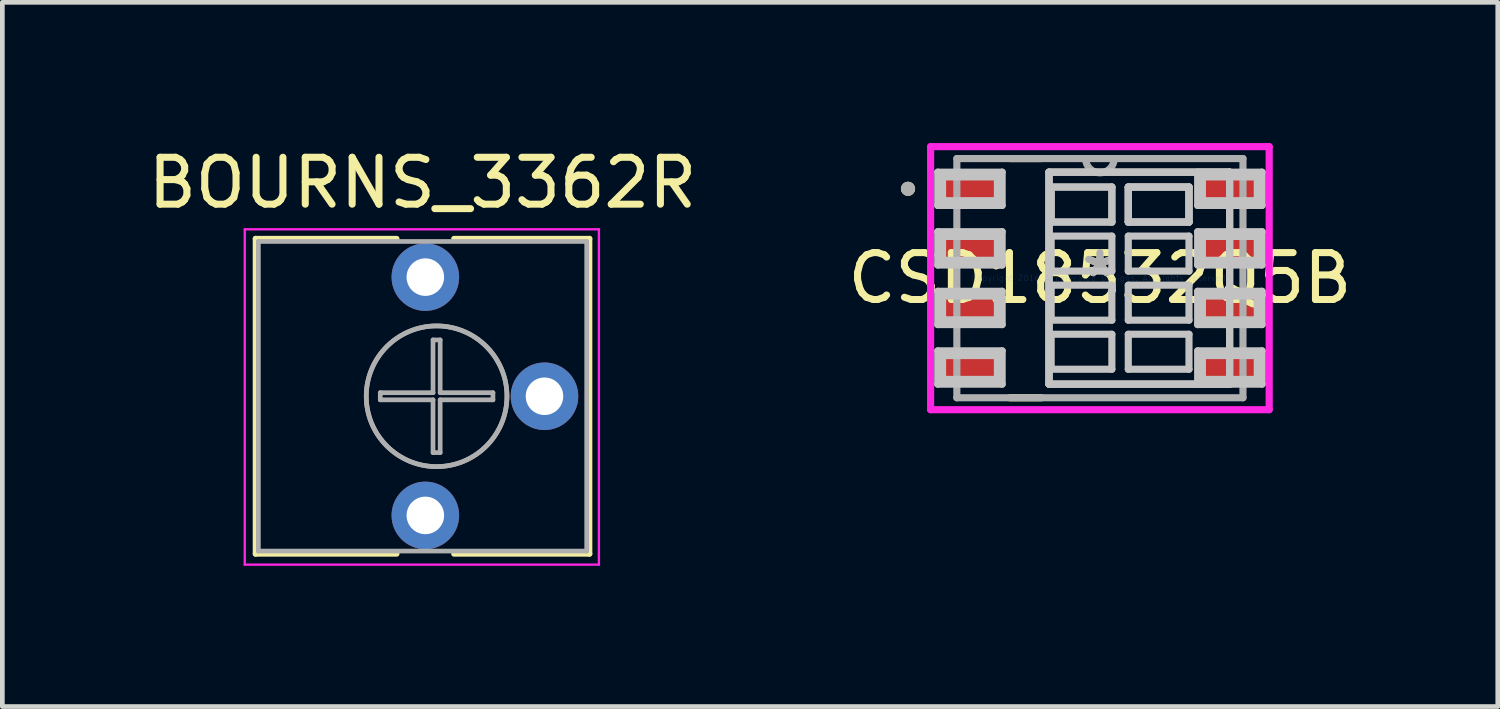
<source format=kicad_pcb>
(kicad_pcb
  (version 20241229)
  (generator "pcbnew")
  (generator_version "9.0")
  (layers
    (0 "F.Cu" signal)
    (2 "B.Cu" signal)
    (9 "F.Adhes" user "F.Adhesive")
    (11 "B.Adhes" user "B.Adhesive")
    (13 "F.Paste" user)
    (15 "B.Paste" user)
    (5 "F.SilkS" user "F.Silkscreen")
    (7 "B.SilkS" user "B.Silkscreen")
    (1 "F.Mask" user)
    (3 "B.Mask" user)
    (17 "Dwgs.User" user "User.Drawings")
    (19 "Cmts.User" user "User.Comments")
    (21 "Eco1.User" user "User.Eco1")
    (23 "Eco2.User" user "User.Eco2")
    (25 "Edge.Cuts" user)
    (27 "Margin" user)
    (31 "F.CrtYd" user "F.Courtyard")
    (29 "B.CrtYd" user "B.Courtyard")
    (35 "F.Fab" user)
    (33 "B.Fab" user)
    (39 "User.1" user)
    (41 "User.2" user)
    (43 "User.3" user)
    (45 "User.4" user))
  (footprint "CSD18532Q5B"
    (layer "F.Cu")
    (at 20.399 2.88)
    (property "Reference" "CSD18532Q5B" (at 0 0 0) (layer "F.SilkS") (effects (font (size 1 1) (thickness 0.15))))
    (attr through_hole)
    (fp_line (start -1.921 2.55) (end -1.248 2.55) (stroke (width 0.152) (type solid)) (layer "F.SilkS"))
    (fp_line (start -1.248 -2.55) (end -1.921 -2.55) (stroke (width 0.152) (type solid)) (layer "F.SilkS"))
    (fp_circle (center -4.091 -1.905) (end -4.015 -1.905) (stroke (width 0.152) (type solid)) (fill no) (layer "F.SilkS"))
    (fp_line (start -3.456 -2.26) (end -3.456 -1.55) (stroke (width 0.152) (type solid)) (layer "Dwgs.User"))
    (fp_line (start -3.456 -1.55) (end -2.084 -1.55) (stroke (width 0.152) (type solid)) (layer "Dwgs.User"))
    (fp_line (start -3.456 -0.99) (end -3.456 -0.28) (stroke (width 0.152) (type solid)) (layer "Dwgs.User"))
    (fp_line (start -3.456 -0.28) (end -2.084 -0.28) (stroke (width 0.152) (type solid)) (layer "Dwgs.User"))
    (fp_line (start -3.456 0.28) (end -3.456 0.99) (stroke (width 0.152) (type solid)) (layer "Dwgs.User"))
    (fp_line (start -3.456 0.99) (end -2.084 0.99) (stroke (width 0.152) (type solid)) (layer "Dwgs.User"))
    (fp_line (start -3.456 1.55) (end -3.456 2.26) (stroke (width 0.152) (type solid)) (layer "Dwgs.User"))
    (fp_line (start -3.456 2.26) (end -2.084 2.26) (stroke (width 0.152) (type solid)) (layer "Dwgs.User"))
    (fp_line (start -3.355 -2.159) (end -3.355 -1.651) (stroke (width 0.152) (type solid)) (layer "Dwgs.User"))
    (fp_line (start -3.355 -1.651) (end -2.185 -1.651) (stroke (width 0.152) (type solid)) (layer "Dwgs.User"))
    (fp_line (start -3.355 -0.889) (end -3.355 -0.381) (stroke (width 0.152) (type solid)) (layer "Dwgs.User"))
    (fp_line (start -3.355 -0.381) (end -2.185 -0.381) (stroke (width 0.152) (type solid)) (layer "Dwgs.User"))
    (fp_line (start -3.355 0.381) (end -3.355 0.889) (stroke (width 0.152) (type solid)) (layer "Dwgs.User"))
    (fp_line (start -3.355 0.889) (end -2.185 0.889) (stroke (width 0.152) (type solid)) (layer "Dwgs.User"))
    (fp_line (start -3.355 1.651) (end -3.355 2.159) (stroke (width 0.152) (type solid)) (layer "Dwgs.User"))
    (fp_line (start -3.355 2.159) (end -2.185 2.159) (stroke (width 0.152) (type solid)) (layer "Dwgs.User"))
    (fp_line (start -2.185 -2.159) (end -3.355 -2.159) (stroke (width 0.152) (type solid)) (layer "Dwgs.User"))
    (fp_line (start -2.185 -1.651) (end -2.185 -2.159) (stroke (width 0.152) (type solid)) (layer "Dwgs.User"))
    (fp_line (start -2.185 -0.889) (end -3.355 -0.889) (stroke (width 0.152) (type solid)) (layer "Dwgs.User"))
    (fp_line (start -2.185 -0.381) (end -2.185 -0.889) (stroke (width 0.152) (type solid)) (layer "Dwgs.User"))
    (fp_line (start -2.185 0.381) (end -3.355 0.381) (stroke (width 0.152) (type solid)) (layer "Dwgs.User"))
    (fp_line (start -2.185 0.889) (end -2.185 0.381) (stroke (width 0.152) (type solid)) (layer "Dwgs.User"))
    (fp_line (start -2.185 1.651) (end -3.355 1.651) (stroke (width 0.152) (type solid)) (layer "Dwgs.User"))
    (fp_line (start -2.185 2.159) (end -2.185 1.651) (stroke (width 0.152) (type solid)) (layer "Dwgs.User"))
    (fp_line (start -2.084 -2.26) (end -3.456 -2.26) (stroke (width 0.152) (type solid)) (layer "Dwgs.User"))
    (fp_line (start -2.084 -1.55) (end -2.084 -2.26) (stroke (width 0.152) (type solid)) (layer "Dwgs.User"))
    (fp_line (start -2.084 -0.99) (end -3.456 -0.99) (stroke (width 0.152) (type solid)) (layer "Dwgs.User"))
    (fp_line (start -2.084 -0.28) (end -2.084 -0.99) (stroke (width 0.152) (type solid)) (layer "Dwgs.User"))
    (fp_line (start -2.084 0.28) (end -3.456 0.28) (stroke (width 0.152) (type solid)) (layer "Dwgs.User"))
    (fp_line (start -2.084 0.99) (end -2.084 0.28) (stroke (width 0.152) (type solid)) (layer "Dwgs.User"))
    (fp_line (start -2.084 1.55) (end -3.456 1.55) (stroke (width 0.152) (type solid)) (layer "Dwgs.User"))
    (fp_line (start -2.084 2.26) (end -2.084 1.55) (stroke (width 0.152) (type solid)) (layer "Dwgs.User"))
    (fp_line (start -1.085 -2.26) (end -1.085 2.26) (stroke (width 0.152) (type solid)) (layer "Dwgs.User"))
    (fp_line (start -1.085 -2.26) (end -1.085 2.26) (stroke (width 0.152) (type solid)) (layer "Dwgs.User"))
    (fp_line (start -1.085 -2.26) (end -1.085 2.26) (stroke (width 0.152) (type solid)) (layer "Dwgs.User"))
    (fp_line (start -1.085 2.26) (end 2.765 2.26) (stroke (width 0.152) (type solid)) (layer "Dwgs.User"))
    (fp_line (start -1.085 2.26) (end 2.765 2.26) (stroke (width 0.152) (type solid)) (layer "Dwgs.User"))
    (fp_line (start -1.085 2.26) (end 2.765 2.26) (stroke (width 0.152) (type solid)) (layer "Dwgs.User"))
    (fp_line (start -1.039 -1.942) (end 0.255 -1.942) (stroke (width 0.152) (type solid)) (layer "Dwgs.User"))
    (fp_line (start -1.039 -1.942) (end 0.255 -1.942) (stroke (width 0.152) (type solid)) (layer "Dwgs.User"))
    (fp_line (start -1.039 1.942) (end 0.255 1.942) (stroke (width 0.152) (type solid)) (layer "Dwgs.User"))
    (fp_line (start -1.039 -1.196) (end -1.039 -1.942) (stroke (width 0.152) (type solid)) (layer "Dwgs.User"))
    (fp_line (start -1.039 -1.196) (end -1.039 -1.942) (stroke (width 0.152) (type solid)) (layer "Dwgs.User"))
    (fp_line (start -1.039 -0.896) (end 0.255 -0.896) (stroke (width 0.152) (type solid)) (layer "Dwgs.User"))
    (fp_line (start -1.039 -0.15) (end -1.039 -0.896) (stroke (width 0.152) (type solid)) (layer "Dwgs.User"))
    (fp_line (start -1.039 0.15) (end -1.039 0.896) (stroke (width 0.152) (type solid)) (layer "Dwgs.User"))
    (fp_line (start -1.039 0.896) (end 0.255 0.896) (stroke (width 0.152) (type solid)) (layer "Dwgs.User"))
    (fp_line (start -1.039 1.196) (end -1.039 1.942) (stroke (width 0.152) (type solid)) (layer "Dwgs.User"))
    (fp_line (start 0.255 -1.942) (end 0.255 -1.196) (stroke (width 0.152) (type solid)) (layer "Dwgs.User"))
    (fp_line (start 0.255 -1.942) (end 0.255 -1.196) (stroke (width 0.152) (type solid)) (layer "Dwgs.User"))
    (fp_line (start 0.255 -1.196) (end -1.039 -1.196) (stroke (width 0.152) (type solid)) (layer "Dwgs.User"))
    (fp_line (start 0.255 -1.196) (end -1.039 -1.196) (stroke (width 0.152) (type solid)) (layer "Dwgs.User"))
    (fp_line (start 0.255 -0.896) (end 0.255 -0.15) (stroke (width 0.152) (type solid)) (layer "Dwgs.User"))
    (fp_line (start 0.255 -0.15) (end -1.039 -0.15) (stroke (width 0.152) (type solid)) (layer "Dwgs.User"))
    (fp_line (start 0.255 0.15) (end -1.039 0.15) (stroke (width 0.152) (type solid)) (layer "Dwgs.User"))
    (fp_line (start 0.255 0.896) (end 0.255 0.15) (stroke (width 0.152) (type solid)) (layer "Dwgs.User"))
    (fp_line (start 0.255 1.196) (end -1.039 1.196) (stroke (width 0.152) (type solid)) (layer "Dwgs.User"))
    (fp_line (start 0.255 1.942) (end 0.255 1.196) (stroke (width 0.152) (type solid)) (layer "Dwgs.User"))
    (fp_line (start 0.605 -1.942) (end 1.899 -1.942) (stroke (width 0.152) (type solid)) (layer "Dwgs.User"))
    (fp_line (start 0.605 -1.942) (end 1.899 -1.942) (stroke (width 0.152) (type solid)) (layer "Dwgs.User"))
    (fp_line (start 0.605 -1.942) (end 1.899 -1.942) (stroke (width 0.152) (type solid)) (layer "Dwgs.User"))
    (fp_line (start 0.605 -1.196) (end 0.605 -1.942) (stroke (width 0.152) (type solid)) (layer "Dwgs.User"))
    (fp_line (start 0.605 -1.196) (end 0.605 -1.942) (stroke (width 0.152) (type solid)) (layer "Dwgs.User"))
    (fp_line (start 0.605 -1.196) (end 0.605 -1.942) (stroke (width 0.152) (type solid)) (layer "Dwgs.User"))
    (fp_line (start 0.605 -0.896) (end 1.899 -0.896) (stroke (width 0.152) (type solid)) (layer "Dwgs.User"))
    (fp_line (start 0.605 -0.15) (end 0.605 -0.896) (stroke (width 0.152) (type solid)) (layer "Dwgs.User"))
    (fp_line (start 0.605 0.15) (end 0.605 0.896) (stroke (width 0.152) (type solid)) (layer "Dwgs.User"))
    (fp_line (start 0.605 0.896) (end 1.899 0.896) (stroke (width 0.152) (type solid)) (layer "Dwgs.User"))
    (fp_line (start 0.605 1.196) (end 0.605 1.942) (stroke (width 0.152) (type solid)) (layer "Dwgs.User"))
    (fp_line (start 0.605 1.942) (end 1.899 1.942) (stroke (width 0.152) (type solid)) (layer "Dwgs.User"))
    (fp_line (start 1.899 -1.942) (end 1.899 -1.196) (stroke (width 0.152) (type solid)) (layer "Dwgs.User"))
    (fp_line (start 1.899 -1.942) (end 1.899 -1.196) (stroke (width 0.152) (type solid)) (layer "Dwgs.User"))
    (fp_line (start 1.899 -1.942) (end 1.899 -1.196) (stroke (width 0.152) (type solid)) (layer "Dwgs.User"))
    (fp_line (start 1.899 -1.196) (end 0.605 -1.196) (stroke (width 0.152) (type solid)) (layer "Dwgs.User"))
    (fp_line (start 1.899 -1.196) (end 0.605 -1.196) (stroke (width 0.152) (type solid)) (layer "Dwgs.User"))
    (fp_line (start 1.899 -1.196) (end 0.605 -1.196) (stroke (width 0.152) (type solid)) (layer "Dwgs.User"))
    (fp_line (start 1.899 -0.896) (end 1.899 -0.15) (stroke (width 0.152) (type solid)) (layer "Dwgs.User"))
    (fp_line (start 1.899 -0.15) (end 0.605 -0.15) (stroke (width 0.152) (type solid)) (layer "Dwgs.User"))
    (fp_line (start 1.899 0.15) (end 0.605 0.15) (stroke (width 0.152) (type solid)) (layer "Dwgs.User"))
    (fp_line (start 1.899 0.896) (end 1.899 0.15) (stroke (width 0.152) (type solid)) (layer "Dwgs.User"))
    (fp_line (start 1.899 1.196) (end 0.605 1.196) (stroke (width 0.152) (type solid)) (layer "Dwgs.User"))
    (fp_line (start 1.899 1.942) (end 1.899 1.196) (stroke (width 0.152) (type solid)) (layer "Dwgs.User"))
    (fp_line (start 2.084 -2.26) (end 2.084 -1.55) (stroke (width 0.152) (type solid)) (layer "Dwgs.User"))
    (fp_line (start 2.084 -1.55) (end 3.456 -1.55) (stroke (width 0.152) (type solid)) (layer "Dwgs.User"))
    (fp_line (start 2.084 -0.99) (end 2.084 -0.28) (stroke (width 0.152) (type solid)) (layer "Dwgs.User"))
    (fp_line (start 2.084 -0.28) (end 3.456 -0.28) (stroke (width 0.152) (type solid)) (layer "Dwgs.User"))
    (fp_line (start 2.084 0.28) (end 2.084 0.99) (stroke (width 0.152) (type solid)) (layer "Dwgs.User"))
    (fp_line (start 2.084 0.99) (end 3.456 0.99) (stroke (width 0.152) (type solid)) (layer "Dwgs.User"))
    (fp_line (start 2.084 1.55) (end 2.084 2.26) (stroke (width 0.152) (type solid)) (layer "Dwgs.User"))
    (fp_line (start 2.084 2.26) (end 3.456 2.26) (stroke (width 0.152) (type solid)) (layer "Dwgs.User"))
    (fp_line (start 2.185 -2.159) (end 2.185 -1.651) (stroke (width 0.152) (type solid)) (layer "Dwgs.User"))
    (fp_line (start 2.185 -1.651) (end 3.355 -1.651) (stroke (width 0.152) (type solid)) (layer "Dwgs.User"))
    (fp_line (start 2.185 -0.889) (end 2.185 -0.381) (stroke (width 0.152) (type solid)) (layer "Dwgs.User"))
    (fp_line (start 2.185 -0.381) (end 3.355 -0.381) (stroke (width 0.152) (type solid)) (layer "Dwgs.User"))
    (fp_line (start 2.185 0.381) (end 2.185 0.889) (stroke (width 0.152) (type solid)) (layer "Dwgs.User"))
    (fp_line (start 2.185 0.889) (end 3.355 0.889) (stroke (width 0.152) (type solid)) (layer "Dwgs.User"))
    (fp_line (start 2.185 1.651) (end 2.185 2.159) (stroke (width 0.152) (type solid)) (layer "Dwgs.User"))
    (fp_line (start 2.185 2.159) (end 3.355 2.159) (stroke (width 0.152) (type solid)) (layer "Dwgs.User"))
    (fp_line (start 2.765 -2.26) (end -1.085 -2.26) (stroke (width 0.152) (type solid)) (layer "Dwgs.User"))
    (fp_line (start 2.765 -2.26) (end -1.085 -2.26) (stroke (width 0.152) (type solid)) (layer "Dwgs.User"))
    (fp_line (start 2.765 -2.26) (end -1.085 -2.26) (stroke (width 0.152) (type solid)) (layer "Dwgs.User"))
    (fp_line (start 2.765 2.26) (end 2.765 -2.26) (stroke (width 0.152) (type solid)) (layer "Dwgs.User"))
    (fp_line (start 2.765 2.26) (end 2.765 -2.26) (stroke (width 0.152) (type solid)) (layer "Dwgs.User"))
    (fp_line (start 2.765 2.26) (end 2.765 -2.26) (stroke (width 0.152) (type solid)) (layer "Dwgs.User"))
    (fp_line (start 3.355 -2.159) (end 2.185 -2.159) (stroke (width 0.152) (type solid)) (layer "Dwgs.User"))
    (fp_line (start 3.355 -1.651) (end 3.355 -2.159) (stroke (width 0.152) (type solid)) (layer "Dwgs.User"))
    (fp_line (start 3.355 -0.889) (end 2.185 -0.889) (stroke (width 0.152) (type solid)) (layer "Dwgs.User"))
    (fp_line (start 3.355 -0.381) (end 3.355 -0.889) (stroke (width 0.152) (type solid)) (layer "Dwgs.User"))
    (fp_line (start 3.355 0.381) (end 2.185 0.381) (stroke (width 0.152) (type solid)) (layer "Dwgs.User"))
    (fp_line (start 3.355 0.889) (end 3.355 0.381) (stroke (width 0.152) (type solid)) (layer "Dwgs.User"))
    (fp_line (start 3.355 1.651) (end 2.185 1.651) (stroke (width 0.152) (type solid)) (layer "Dwgs.User"))
    (fp_line (start 3.355 2.159) (end 3.355 1.651) (stroke (width 0.152) (type solid)) (layer "Dwgs.User"))
    (fp_line (start 3.456 -2.26) (end 2.084 -2.26) (stroke (width 0.152) (type solid)) (layer "Dwgs.User"))
    (fp_line (start 3.456 -1.55) (end 3.456 -2.26) (stroke (width 0.152) (type solid)) (layer "Dwgs.User"))
    (fp_line (start 3.456 -0.99) (end 2.084 -0.99) (stroke (width 0.152) (type solid)) (layer "Dwgs.User"))
    (fp_line (start 3.456 -0.28) (end 3.456 -0.99) (stroke (width 0.152) (type solid)) (layer "Dwgs.User"))
    (fp_line (start 3.456 0.28) (end 2.084 0.28) (stroke (width 0.152) (type solid)) (layer "Dwgs.User"))
    (fp_line (start 3.456 0.99) (end 3.456 0.28) (stroke (width 0.152) (type solid)) (layer "Dwgs.User"))
    (fp_line (start 3.456 1.55) (end 2.084 1.55) (stroke (width 0.152) (type solid)) (layer "Dwgs.User"))
    (fp_line (start 3.456 2.26) (end 3.456 1.55) (stroke (width 0.152) (type solid)) (layer "Dwgs.User"))
    (fp_line (start -3.609 -2.804) (end 3.609 -2.804) (stroke (width 0.152) (type solid)) (layer "F.CrtYd"))
    (fp_line (start -3.609 2.804) (end -3.609 -2.804) (stroke (width 0.152) (type solid)) (layer "F.CrtYd"))
    (fp_line (start 3.609 -2.804) (end 3.609 2.804) (stroke (width 0.152) (type solid)) (layer "F.CrtYd"))
    (fp_line (start 3.609 2.804) (end -3.609 2.804) (stroke (width 0.152) (type solid)) (layer "F.CrtYd"))
    (fp_line (start -3.05 -2.55) (end -3.05 2.55) (stroke (width 0.152) (type solid)) (layer "F.Fab"))
    (fp_line (start -3.05 2.55) (end 3.05 2.55) (stroke (width 0.152) (type solid)) (layer "F.Fab"))
    (fp_line (start 3.05 -2.55) (end -3.05 -2.55) (stroke (width 0.152) (type solid)) (layer "F.Fab"))
    (fp_line (start 3.05 2.55) (end 3.05 -2.55) (stroke (width 0.152) (type solid)) (layer "F.Fab"))
    (fp_arc (start 0.3048 -2.55) (mid 0 -2.2452) (end -0.3048 -2.55) (stroke (width 0.1524) (type solid)) (layer "F.Fab"))
    (fp_circle (center -4.091 -1.905) (end -4.015 -1.905) (stroke (width 0.152) (type solid)) (fill no) (layer "F.Fab"))
    (fp_text user "*" (at 0 0 0) (layer "F.SilkS") (effects (font (size 1 1) (thickness 0.15))))
    (fp_text user "Copyright 2016 Accelerated Designs. All rights reserved." (at 0 0 0) (layer "Cmts.User") (effects (font (size 0.127 0.127) (thickness 0.002))))
    (fp_text user "*" (at 0 0 0) (layer "F.Fab") (effects (font (size 1 1) (thickness 0.15))))
    (pad "1" smd rect (at -2.77 -1.905) (size 1.372 0.71) (layers "F.Cu" "F.Mask" "F.Paste"))
    (pad "2" smd rect (at -2.77 -0.635) (size 1.372 0.71) (layers "F.Cu" "F.Mask" "F.Paste"))
    (pad "3" smd rect (at -2.77 0.635) (size 1.372 0.71) (layers "F.Cu" "F.Mask" "F.Paste"))
    (pad "4" smd rect (at -2.77 1.905) (size 1.372 0.71) (layers "F.Cu" "F.Mask" "F.Paste"))
    (pad "5" smd rect (at 2.77 1.905) (size 1.372 0.71) (layers "F.Cu" "F.Mask" "F.Paste"))
    (pad "6" smd rect (at 2.77 0.635) (size 1.372 0.71) (layers "F.Cu" "F.Mask" "F.Paste"))
    (pad "7" smd rect (at 2.77 -0.635) (size 1.372 0.71) (layers "F.Cu" "F.Mask" "F.Paste"))
    (pad "8" smd rect (at 2.77 -1.905) (size 1.372 0.71) (layers "F.Cu" "F.Mask" "F.Paste")))
  (footprint "BOURNS_3362R"
    (layer "F.Cu")
    (at 6.018 7.938)
    (property "Reference" "BOURNS_3362R" (at -0.06 -7.09 0) (layer "F.SilkS") (effects (font (size 1 1) (thickness 0.15))))
    (attr through_hole)
    (fp_line (start -3.62 -5.9) (end -3.62 0.82) (stroke (width 0.12) (type solid)) (layer "F.SilkS"))
    (fp_line (start -3.62 -5.9) (end -0.611 -5.9) (stroke (width 0.12) (type solid)) (layer "F.SilkS"))
    (fp_line (start -3.62 0.82) (end -0.611 0.82) (stroke (width 0.12) (type solid)) (layer "F.SilkS"))
    (fp_line (start 0.611 -5.9) (end 3.5 -5.9) (stroke (width 0.12) (type solid)) (layer "F.SilkS"))
    (fp_line (start 0.611 0.82) (end 3.5 0.82) (stroke (width 0.12) (type solid)) (layer "F.SilkS"))
    (fp_line (start 3.5 -5.9) (end 3.5 0.82) (stroke (width 0.12) (type solid)) (layer "F.SilkS"))
    (fp_line (start -3.85 -6.1) (end -3.85 1.05) (stroke (width 0.05) (type solid)) (layer "F.CrtYd"))
    (fp_line (start -3.85 1.05) (end 3.7 1.05) (stroke (width 0.05) (type solid)) (layer "F.CrtYd"))
    (fp_line (start 3.7 -6.1) (end -3.85 -6.1) (stroke (width 0.05) (type solid)) (layer "F.CrtYd"))
    (fp_line (start 3.7 1.05) (end 3.7 -6.1) (stroke (width 0.05) (type solid)) (layer "F.CrtYd"))
    (fp_line (start -3.56 -5.84) (end -3.56 0.76) (stroke (width 0.1) (type solid)) (layer "F.Fab"))
    (fp_line (start -3.56 0.76) (end 3.44 0.76) (stroke (width 0.1) (type solid)) (layer "F.Fab"))
    (fp_line (start -0.961 -2.616) (end 0.164 -2.616) (stroke (width 0.1) (type solid)) (layer "F.Fab"))
    (fp_line (start -0.961 -2.464) (end -0.961 -2.616) (stroke (width 0.1) (type solid)) (layer "F.Fab"))
    (fp_line (start 0.164 -3.741) (end 0.316 -3.741) (stroke (width 0.1) (type solid)) (layer "F.Fab"))
    (fp_line (start 0.164 -2.616) (end 0.164 -3.741) (stroke (width 0.1) (type solid)) (layer "F.Fab"))
    (fp_line (start 0.164 -2.464) (end -0.961 -2.464) (stroke (width 0.1) (type solid)) (layer "F.Fab"))
    (fp_line (start 0.164 -1.339) (end 0.164 -2.464) (stroke (width 0.1) (type solid)) (layer "F.Fab"))
    (fp_line (start 0.316 -3.741) (end 0.316 -2.616) (stroke (width 0.1) (type solid)) (layer "F.Fab"))
    (fp_line (start 0.316 -2.616) (end 1.441 -2.616) (stroke (width 0.1) (type solid)) (layer "F.Fab"))
    (fp_line (start 0.316 -2.464) (end 0.316 -1.339) (stroke (width 0.1) (type solid)) (layer "F.Fab"))
    (fp_line (start 0.316 -1.339) (end 0.164 -1.339) (stroke (width 0.1) (type solid)) (layer "F.Fab"))
    (fp_line (start 1.441 -2.616) (end 1.441 -2.464) (stroke (width 0.1) (type solid)) (layer "F.Fab"))
    (fp_line (start 1.441 -2.464) (end 0.316 -2.464) (stroke (width 0.1) (type solid)) (layer "F.Fab"))
    (fp_line (start 3.44 -5.84) (end -3.56 -5.84) (stroke (width 0.1) (type solid)) (layer "F.Fab"))
    (fp_line (start 3.44 0.76) (end 3.44 -5.84) (stroke (width 0.1) (type solid)) (layer "F.Fab"))
    (fp_circle (center 0.24 -2.54) (end 1.74 -2.54) (stroke (width 0.1) (type solid)) (fill no) (layer "F.Fab"))
    (fp_circle (center 0.24 -2.54) (end 1.74 -2.54) (stroke (width 0.1) (type solid)) (fill no) (layer "F.Fab"))
    (pad "1" thru_hole circle (at 0 0) (size 1.44 1.44) (drill 0.8) (layers "*.Cu" "*.Mask"))
    (pad "2" thru_hole circle (at 2.54 -2.54) (size 1.44 1.44) (drill 0.8) (layers "*.Cu" "*.Mask"))
    (pad "3" thru_hole circle (at 0 -5.08) (size 1.44 1.44) (drill 0.8) (layers "*.Cu" "*.Mask")))
  (gr_rect
    (start -3 -3)
    (end 28.881 12.013)
    (stroke (width 0.1) (type default))
    (fill no)
    (layer "Edge.Cuts")))
</source>
